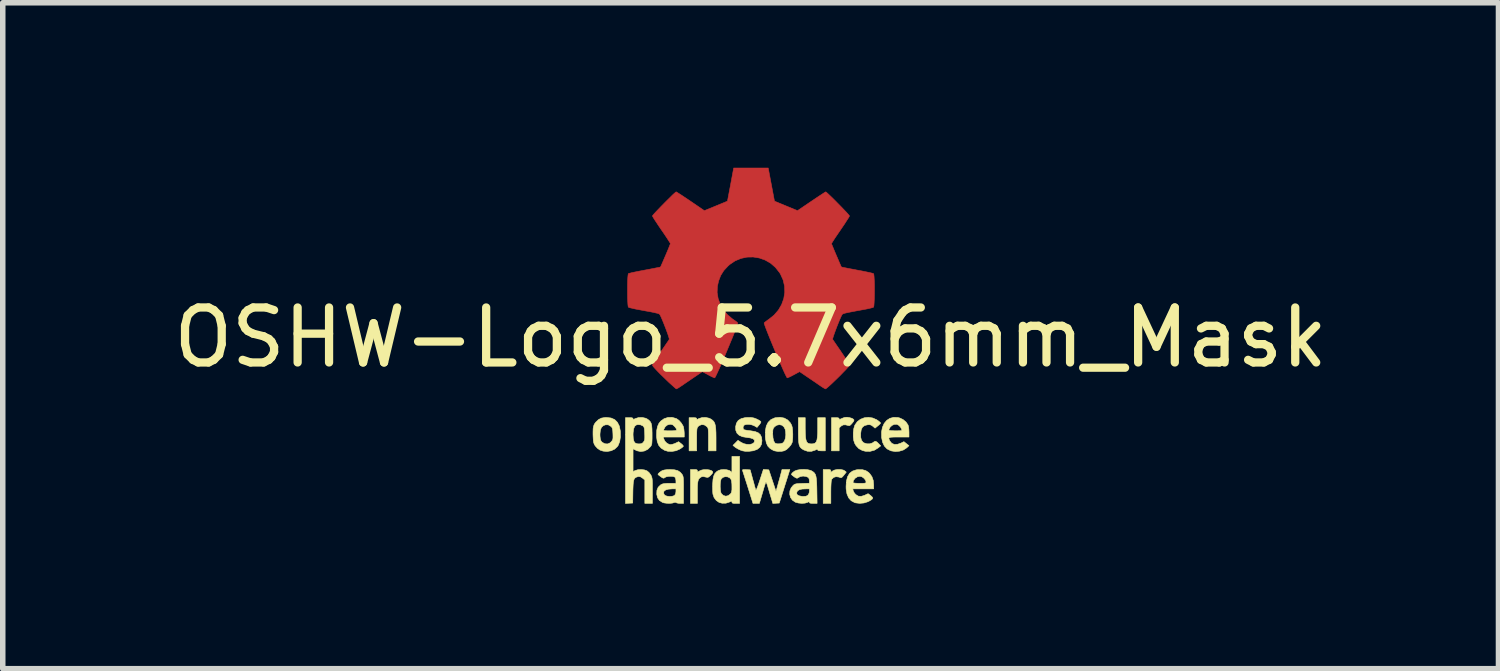
<source format=kicad_pcb>
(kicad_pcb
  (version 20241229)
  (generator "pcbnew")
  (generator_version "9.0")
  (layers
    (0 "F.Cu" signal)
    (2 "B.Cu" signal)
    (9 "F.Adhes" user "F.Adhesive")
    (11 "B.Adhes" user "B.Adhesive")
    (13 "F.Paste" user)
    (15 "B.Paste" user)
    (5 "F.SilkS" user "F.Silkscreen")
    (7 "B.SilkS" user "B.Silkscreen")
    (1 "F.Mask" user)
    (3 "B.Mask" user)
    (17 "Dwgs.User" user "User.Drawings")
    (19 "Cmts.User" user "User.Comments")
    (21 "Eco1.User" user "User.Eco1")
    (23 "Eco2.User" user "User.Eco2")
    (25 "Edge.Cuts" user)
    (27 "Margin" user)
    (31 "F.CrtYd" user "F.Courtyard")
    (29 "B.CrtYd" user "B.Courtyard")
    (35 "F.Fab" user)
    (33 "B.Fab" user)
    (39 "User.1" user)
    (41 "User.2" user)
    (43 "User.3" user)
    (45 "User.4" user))
  (footprint "OSHW-Logo_5.7x6mm_Mask"
    (layer "F.Cu")
    (at 10.601 3.087)
    (property "Reference" "OSHW-Logo_5.7x6mm_Mask" (at 0 0 0) (layer "F.SilkS") (effects (font (size 1 1) (thickness 0.15))))
    (attr exclude_from_pos_files exclude_from_bom)
    (fp_poly (pts (xy 0.377 -2.78) (xy 0.434 -2.479) (xy 0.853 -2.306) (xy 1.105 -2.477) (xy 1.175 -2.524) (xy 1.239 -2.567) (xy 1.293 -2.602) (xy 1.334 -2.629) (xy 1.36 -2.645) (xy 1.367 -2.648) (xy 1.379 -2.639) (xy 1.406 -2.615) (xy 1.444 -2.579) (xy 1.491 -2.534) (xy 1.542 -2.483) (xy 1.596 -2.428) (xy 1.649 -2.374) (xy 1.698 -2.323) (xy 1.741 -2.278) (xy 1.773 -2.242) (xy 1.793 -2.218) (xy 1.798 -2.21) (xy 1.791 -2.195) (xy 1.772 -2.163) (xy 1.742 -2.117) (xy 1.705 -2.059) (xy 1.66 -1.993) (xy 1.635 -1.956) (xy 1.588 -1.887) (xy 1.546 -1.826) (xy 1.512 -1.774) (xy 1.487 -1.734) (xy 1.473 -1.711) (xy 1.471 -1.706) (xy 1.476 -1.692) (xy 1.489 -1.66) (xy 1.508 -1.614) (xy 1.531 -1.558) (xy 1.557 -1.497) (xy 1.583 -1.437) (xy 1.607 -1.38) (xy 1.628 -1.332) (xy 1.643 -1.298) (xy 1.651 -1.282) (xy 1.652 -1.281) (xy 1.665 -1.278) (xy 1.699 -1.271) (xy 1.75 -1.261) (xy 1.816 -1.248) (xy 1.893 -1.234) (xy 1.937 -1.225) (xy 2.019 -1.21) (xy 2.093 -1.195) (xy 2.155 -1.182) (xy 2.202 -1.171) (xy 2.23 -1.163) (xy 2.235 -1.161) (xy 2.241 -1.144) (xy 2.245 -1.107) (xy 2.248 -1.053) (xy 2.251 -0.988) (xy 2.252 -0.914) (xy 2.252 -0.837) (xy 2.251 -0.762) (xy 2.249 -0.691) (xy 2.246 -0.631) (xy 2.243 -0.584) (xy 2.238 -0.556) (xy 2.235 -0.55) (xy 2.217 -0.543) (xy 2.179 -0.533) (xy 2.127 -0.521) (xy 2.065 -0.509) (xy 2.043 -0.505) (xy 1.938 -0.486) (xy 1.855 -0.47) (xy 1.792 -0.458) (xy 1.745 -0.448) (xy 1.711 -0.44) (xy 1.689 -0.433) (xy 1.676 -0.427) (xy 1.667 -0.421) (xy 1.666 -0.42) (xy 1.655 -0.401) (xy 1.638 -0.364) (xy 1.616 -0.314) (xy 1.592 -0.255) (xy 1.567 -0.192) (xy 1.543 -0.128) (xy 1.522 -0.07) (xy 1.505 -0.02) (xy 1.494 0.016) (xy 1.492 0.034) (xy 1.492 0.034) (xy 1.501 0.049) (xy 1.523 0.081) (xy 1.554 0.127) (xy 1.593 0.183) (xy 1.637 0.247) (xy 1.649 0.266) (xy 1.694 0.332) (xy 1.733 0.392) (xy 1.765 0.443) (xy 1.787 0.481) (xy 1.798 0.504) (xy 1.798 0.506) (xy 1.789 0.521) (xy 1.765 0.549) (xy 1.729 0.588) (xy 1.683 0.635) (xy 1.632 0.688) (xy 1.577 0.742) (xy 1.523 0.794) (xy 1.472 0.843) (xy 1.427 0.884) (xy 1.391 0.915) (xy 1.368 0.933) (xy 1.362 0.936) (xy 1.347 0.929) (xy 1.316 0.911) (xy 1.275 0.884) (xy 1.244 0.863) (xy 1.187 0.823) (xy 1.119 0.777) (xy 1.051 0.731) (xy 1.014 0.706) (xy 0.891 0.622) (xy 0.787 0.678) (xy 0.74 0.703) (xy 0.7 0.722) (xy 0.672 0.733) (xy 0.665 0.735) (xy 0.657 0.723) (xy 0.641 0.692) (xy 0.617 0.643) (xy 0.588 0.579) (xy 0.555 0.503) (xy 0.518 0.419) (xy 0.48 0.329) (xy 0.441 0.236) (xy 0.402 0.143) (xy 0.365 0.053) (xy 0.331 -0.031) (xy 0.301 -0.107) (xy 0.276 -0.171) (xy 0.258 -0.22) (xy 0.248 -0.252) (xy 0.246 -0.263) (xy 0.259 -0.277) (xy 0.288 -0.299) (xy 0.325 -0.326) (xy 0.329 -0.328) (xy 0.426 -0.406) (xy 0.505 -0.497) (xy 0.564 -0.598) (xy 0.603 -0.707) (xy 0.621 -0.82) (xy 0.617 -0.934) (xy 0.591 -1.046) (xy 0.542 -1.154) (xy 0.527 -1.178) (xy 0.452 -1.273) (xy 0.364 -1.35) (xy 0.265 -1.407) (xy 0.158 -1.445) (xy 0.047 -1.463) (xy -0.066 -1.461) (xy -0.176 -1.437) (xy -0.282 -1.393) (xy -0.38 -1.327) (xy -0.41 -1.3) (xy -0.488 -1.216) (xy -0.544 -1.127) (xy -0.582 -1.028) (xy -0.604 -0.93) (xy -0.609 -0.819) (xy -0.591 -0.709) (xy -0.553 -0.601) (xy -0.494 -0.5) (xy -0.418 -0.41) (xy -0.327 -0.334) (xy -0.315 -0.326) (xy -0.277 -0.3) (xy -0.248 -0.278) (xy -0.234 -0.263) (xy -0.234 -0.263) (xy -0.237 -0.247) (xy -0.248 -0.212) (xy -0.268 -0.159) (xy -0.293 -0.093) (xy -0.324 -0.015) (xy -0.359 0.07) (xy -0.397 0.161) (xy -0.436 0.254) (xy -0.475 0.347) (xy -0.513 0.436) (xy -0.549 0.519) (xy -0.582 0.592) (xy -0.61 0.653) (xy -0.632 0.699) (xy -0.647 0.727) (xy -0.653 0.735) (xy -0.671 0.729) (xy -0.706 0.714) (xy -0.75 0.691) (xy -0.774 0.678) (xy -0.878 0.622) (xy -1.002 0.706) (xy -1.065 0.749) (xy -1.134 0.796) (xy -1.199 0.84) (xy -1.231 0.863) (xy -1.277 0.893) (xy -1.315 0.918) (xy -1.342 0.932) (xy -1.351 0.936) (xy -1.363 0.927) (xy -1.391 0.903) (xy -1.431 0.867) (xy -1.482 0.821) (xy -1.539 0.766) (xy -1.575 0.731) (xy -1.639 0.669) (xy -1.694 0.613) (xy -1.738 0.566) (xy -1.769 0.531) (xy -1.784 0.509) (xy -1.786 0.505) (xy -1.779 0.488) (xy -1.76 0.454) (xy -1.73 0.406) (xy -1.693 0.348) (xy -1.649 0.284) (xy -1.637 0.266) (xy -1.592 0.2) (xy -1.551 0.141) (xy -1.518 0.092) (xy -1.493 0.056) (xy -1.481 0.036) (xy -1.479 0.034) (xy -1.481 0.019) (xy -1.491 -0.015) (xy -1.507 -0.064) (xy -1.528 -0.122) (xy -1.552 -0.185) (xy -1.577 -0.249) (xy -1.601 -0.308) (xy -1.623 -0.36) (xy -1.641 -0.398) (xy -1.653 -0.419) (xy -1.654 -0.42) (xy -1.661 -0.426) (xy -1.674 -0.432) (xy -1.694 -0.439) (xy -1.725 -0.446) (xy -1.769 -0.456) (xy -1.829 -0.468) (xy -1.908 -0.482) (xy -2.009 -0.501) (xy -2.03 -0.505) (xy -2.095 -0.517) (xy -2.151 -0.53) (xy -2.194 -0.54) (xy -2.219 -0.548) (xy -2.222 -0.55) (xy -2.228 -0.567) (xy -2.232 -0.605) (xy -2.235 -0.658) (xy -2.238 -0.724) (xy -2.239 -0.798) (xy -2.239 -0.874) (xy -2.239 -0.95) (xy -2.237 -1.02) (xy -2.234 -1.081) (xy -2.23 -1.127) (xy -2.225 -1.155) (xy -2.223 -1.161) (xy -2.206 -1.166) (xy -2.169 -1.176) (xy -2.114 -1.188) (xy -2.045 -1.202) (xy -1.967 -1.217) (xy -1.925 -1.225) (xy -1.844 -1.24) (xy -1.772 -1.254) (xy -1.712 -1.266) (xy -1.668 -1.274) (xy -1.643 -1.28) (xy -1.639 -1.281) (xy -1.633 -1.294) (xy -1.618 -1.326) (xy -1.598 -1.372) (xy -1.574 -1.428) (xy -1.548 -1.488) (xy -1.522 -1.549) (xy -1.498 -1.606) (xy -1.479 -1.654) (xy -1.465 -1.689) (xy -1.459 -1.706) (xy -1.459 -1.707) (xy -1.465 -1.72) (xy -1.485 -1.751) (xy -1.514 -1.797) (xy -1.552 -1.854) (xy -1.596 -1.919) (xy -1.622 -1.956) (xy -1.669 -2.025) (xy -1.71 -2.087) (xy -1.745 -2.14) (xy -1.77 -2.18) (xy -1.784 -2.205) (xy -1.786 -2.21) (xy -1.777 -2.223) (xy -1.754 -2.25) (xy -1.718 -2.289) (xy -1.673 -2.336) (xy -1.623 -2.388) (xy -1.569 -2.443) (xy -1.516 -2.496) (xy -1.465 -2.546) (xy -1.421 -2.59) (xy -1.385 -2.623) (xy -1.362 -2.643) (xy -1.354 -2.648) (xy -1.341 -2.641) (xy -1.311 -2.622) (xy -1.265 -2.593) (xy -1.208 -2.555) (xy -1.142 -2.511) (xy -1.092 -2.477) (xy -0.841 -2.306) (xy -0.631 -2.392) (xy -0.421 -2.479) (xy -0.364 -2.78) (xy -0.308 -3.082) (xy 0.32 -3.082) (xy 0.377 -2.78)) (stroke (width 0.01) (type solid)) (fill yes) (layer "F.Cu"))
    (fp_poly (pts (xy 0.377 -2.78) (xy 0.434 -2.479) (xy 0.853 -2.306) (xy 1.105 -2.477) (xy 1.175 -2.524) (xy 1.239 -2.567) (xy 1.293 -2.602) (xy 1.334 -2.629) (xy 1.36 -2.645) (xy 1.367 -2.648) (xy 1.379 -2.639) (xy 1.406 -2.615) (xy 1.444 -2.579) (xy 1.491 -2.534) (xy 1.542 -2.483) (xy 1.596 -2.428) (xy 1.649 -2.374) (xy 1.698 -2.323) (xy 1.741 -2.278) (xy 1.773 -2.242) (xy 1.793 -2.218) (xy 1.798 -2.21) (xy 1.791 -2.195) (xy 1.772 -2.163) (xy 1.742 -2.117) (xy 1.705 -2.059) (xy 1.66 -1.993) (xy 1.635 -1.956) (xy 1.588 -1.887) (xy 1.546 -1.826) (xy 1.512 -1.774) (xy 1.487 -1.734) (xy 1.473 -1.711) (xy 1.471 -1.706) (xy 1.476 -1.692) (xy 1.489 -1.66) (xy 1.508 -1.614) (xy 1.531 -1.558) (xy 1.557 -1.497) (xy 1.583 -1.437) (xy 1.607 -1.38) (xy 1.628 -1.332) (xy 1.643 -1.298) (xy 1.651 -1.282) (xy 1.652 -1.281) (xy 1.665 -1.278) (xy 1.699 -1.271) (xy 1.75 -1.261) (xy 1.816 -1.248) (xy 1.893 -1.234) (xy 1.937 -1.225) (xy 2.019 -1.21) (xy 2.093 -1.195) (xy 2.155 -1.182) (xy 2.202 -1.171) (xy 2.23 -1.163) (xy 2.235 -1.161) (xy 2.241 -1.144) (xy 2.245 -1.107) (xy 2.248 -1.053) (xy 2.251 -0.988) (xy 2.252 -0.914) (xy 2.252 -0.837) (xy 2.251 -0.762) (xy 2.249 -0.691) (xy 2.246 -0.631) (xy 2.243 -0.584) (xy 2.238 -0.556) (xy 2.235 -0.55) (xy 2.217 -0.543) (xy 2.179 -0.533) (xy 2.127 -0.521) (xy 2.065 -0.509) (xy 2.043 -0.505) (xy 1.938 -0.486) (xy 1.855 -0.47) (xy 1.792 -0.458) (xy 1.745 -0.448) (xy 1.711 -0.44) (xy 1.689 -0.433) (xy 1.676 -0.427) (xy 1.667 -0.421) (xy 1.666 -0.42) (xy 1.655 -0.401) (xy 1.638 -0.364) (xy 1.616 -0.314) (xy 1.592 -0.255) (xy 1.567 -0.192) (xy 1.543 -0.128) (xy 1.522 -0.07) (xy 1.505 -0.02) (xy 1.494 0.016) (xy 1.492 0.034) (xy 1.492 0.034) (xy 1.501 0.049) (xy 1.523 0.081) (xy 1.554 0.127) (xy 1.593 0.183) (xy 1.637 0.247) (xy 1.649 0.266) (xy 1.694 0.332) (xy 1.733 0.392) (xy 1.765 0.443) (xy 1.787 0.481) (xy 1.798 0.504) (xy 1.798 0.506) (xy 1.789 0.521) (xy 1.765 0.549) (xy 1.729 0.588) (xy 1.683 0.635) (xy 1.632 0.688) (xy 1.577 0.742) (xy 1.523 0.794) (xy 1.472 0.843) (xy 1.427 0.884) (xy 1.391 0.915) (xy 1.368 0.933) (xy 1.362 0.936) (xy 1.347 0.929) (xy 1.316 0.911) (xy 1.275 0.884) (xy 1.244 0.863) (xy 1.187 0.823) (xy 1.119 0.777) (xy 1.051 0.731) (xy 1.014 0.706) (xy 0.891 0.622) (xy 0.787 0.678) (xy 0.74 0.703) (xy 0.7 0.722) (xy 0.672 0.733) (xy 0.665 0.735) (xy 0.657 0.723) (xy 0.641 0.692) (xy 0.617 0.643) (xy 0.588 0.579) (xy 0.555 0.503) (xy 0.518 0.419) (xy 0.48 0.329) (xy 0.441 0.236) (xy 0.402 0.143) (xy 0.365 0.053) (xy 0.331 -0.031) (xy 0.301 -0.107) (xy 0.276 -0.171) (xy 0.258 -0.22) (xy 0.248 -0.252) (xy 0.246 -0.263) (xy 0.259 -0.277) (xy 0.288 -0.299) (xy 0.325 -0.326) (xy 0.329 -0.328) (xy 0.426 -0.406) (xy 0.505 -0.497) (xy 0.564 -0.598) (xy 0.603 -0.707) (xy 0.621 -0.82) (xy 0.617 -0.934) (xy 0.591 -1.046) (xy 0.542 -1.154) (xy 0.527 -1.178) (xy 0.452 -1.273) (xy 0.364 -1.35) (xy 0.265 -1.407) (xy 0.158 -1.445) (xy 0.047 -1.463) (xy -0.066 -1.461) (xy -0.176 -1.437) (xy -0.282 -1.393) (xy -0.38 -1.327) (xy -0.41 -1.3) (xy -0.488 -1.216) (xy -0.544 -1.127) (xy -0.582 -1.028) (xy -0.604 -0.93) (xy -0.609 -0.819) (xy -0.591 -0.709) (xy -0.553 -0.601) (xy -0.494 -0.5) (xy -0.418 -0.41) (xy -0.327 -0.334) (xy -0.315 -0.326) (xy -0.277 -0.3) (xy -0.248 -0.278) (xy -0.234 -0.263) (xy -0.234 -0.263) (xy -0.237 -0.247) (xy -0.248 -0.212) (xy -0.268 -0.159) (xy -0.293 -0.093) (xy -0.324 -0.015) (xy -0.359 0.07) (xy -0.397 0.161) (xy -0.436 0.254) (xy -0.475 0.347) (xy -0.513 0.436) (xy -0.549 0.519) (xy -0.582 0.592) (xy -0.61 0.653) (xy -0.632 0.699) (xy -0.647 0.727) (xy -0.653 0.735) (xy -0.671 0.729) (xy -0.706 0.714) (xy -0.75 0.691) (xy -0.774 0.678) (xy -0.878 0.622) (xy -1.002 0.706) (xy -1.065 0.749) (xy -1.134 0.796) (xy -1.199 0.84) (xy -1.231 0.863) (xy -1.277 0.893) (xy -1.315 0.918) (xy -1.342 0.932) (xy -1.351 0.936) (xy -1.363 0.927) (xy -1.391 0.903) (xy -1.431 0.867) (xy -1.482 0.821) (xy -1.539 0.766) (xy -1.575 0.731) (xy -1.639 0.669) (xy -1.694 0.613) (xy -1.738 0.566) (xy -1.769 0.531) (xy -1.784 0.509) (xy -1.786 0.505) (xy -1.779 0.488) (xy -1.76 0.454) (xy -1.73 0.406) (xy -1.693 0.348) (xy -1.649 0.284) (xy -1.637 0.266) (xy -1.592 0.2) (xy -1.551 0.141) (xy -1.518 0.092) (xy -1.493 0.056) (xy -1.481 0.036) (xy -1.479 0.034) (xy -1.481 0.019) (xy -1.491 -0.015) (xy -1.507 -0.064) (xy -1.528 -0.122) (xy -1.552 -0.185) (xy -1.577 -0.249) (xy -1.601 -0.308) (xy -1.623 -0.36) (xy -1.641 -0.398) (xy -1.653 -0.419) (xy -1.654 -0.42) (xy -1.661 -0.426) (xy -1.674 -0.432) (xy -1.694 -0.439) (xy -1.725 -0.446) (xy -1.769 -0.456) (xy -1.829 -0.468) (xy -1.908 -0.482) (xy -2.009 -0.501) (xy -2.03 -0.505) (xy -2.095 -0.517) (xy -2.151 -0.53) (xy -2.194 -0.54) (xy -2.219 -0.548) (xy -2.222 -0.55) (xy -2.228 -0.567) (xy -2.232 -0.605) (xy -2.235 -0.658) (xy -2.238 -0.724) (xy -2.239 -0.798) (xy -2.239 -0.874) (xy -2.239 -0.95) (xy -2.237 -1.02) (xy -2.234 -1.081) (xy -2.23 -1.127) (xy -2.225 -1.155) (xy -2.223 -1.161) (xy -2.206 -1.166) (xy -2.169 -1.176) (xy -2.114 -1.188) (xy -2.045 -1.202) (xy -1.967 -1.217) (xy -1.925 -1.225) (xy -1.844 -1.24) (xy -1.772 -1.254) (xy -1.712 -1.266) (xy -1.668 -1.274) (xy -1.643 -1.28) (xy -1.639 -1.281) (xy -1.633 -1.294) (xy -1.618 -1.326) (xy -1.598 -1.372) (xy -1.574 -1.428) (xy -1.548 -1.488) (xy -1.522 -1.549) (xy -1.498 -1.606) (xy -1.479 -1.654) (xy -1.465 -1.689) (xy -1.459 -1.706) (xy -1.459 -1.707) (xy -1.465 -1.72) (xy -1.485 -1.751) (xy -1.514 -1.797) (xy -1.552 -1.854) (xy -1.596 -1.919) (xy -1.622 -1.956) (xy -1.669 -2.025) (xy -1.71 -2.087) (xy -1.745 -2.14) (xy -1.77 -2.18) (xy -1.784 -2.205) (xy -1.786 -2.21) (xy -1.777 -2.223) (xy -1.754 -2.25) (xy -1.718 -2.289) (xy -1.673 -2.336) (xy -1.623 -2.388) (xy -1.569 -2.443) (xy -1.516 -2.496) (xy -1.465 -2.546) (xy -1.421 -2.59) (xy -1.385 -2.623) (xy -1.362 -2.643) (xy -1.354 -2.648) (xy -1.341 -2.641) (xy -1.311 -2.622) (xy -1.265 -2.593) (xy -1.208 -2.555) (xy -1.142 -2.511) (xy -1.092 -2.477) (xy -0.841 -2.306) (xy -0.631 -2.392) (xy -0.421 -2.479) (xy -0.364 -2.78) (xy -0.308 -3.082) (xy 0.32 -3.082) (xy 0.377 -2.78)) (stroke (width 0.01) (type solid)) (fill yes) (layer "F.Mask"))
    (fp_poly (pts (xy 1.799 1.458) (xy 1.843 1.471) (xy 1.871 1.488) (xy 1.88 1.501) (xy 1.877 1.517) (xy 1.861 1.541) (xy 1.847 1.559) (xy 1.819 1.59) (xy 1.798 1.604) (xy 1.78 1.603) (xy 1.726 1.589) (xy 1.687 1.59) (xy 1.655 1.605) (xy 1.644 1.614) (xy 1.61 1.646) (xy 1.61 2.062) (xy 1.471 2.062) (xy 1.471 1.459) (xy 1.54 1.459) (xy 1.582 1.46) (xy 1.603 1.466) (xy 1.61 1.477) (xy 1.61 1.478) (xy 1.612 1.49) (xy 1.626 1.488) (xy 1.644 1.48) (xy 1.682 1.464) (xy 1.713 1.454) (xy 1.753 1.451) (xy 1.799 1.458)) (stroke (width 0.01) (type solid)) (fill yes) (layer "F.SilkS"))
    (fp_poly (pts (xy 1.635 2.401) (xy 1.684 2.411) (xy 1.711 2.425) (xy 1.74 2.449) (xy 1.699 2.501) (xy 1.673 2.532) (xy 1.656 2.547) (xy 1.639 2.55) (xy 1.614 2.542) (xy 1.602 2.538) (xy 1.554 2.532) (xy 1.51 2.545) (xy 1.478 2.576) (xy 1.473 2.585) (xy 1.467 2.611) (xy 1.463 2.659) (xy 1.46 2.725) (xy 1.459 2.806) (xy 1.459 2.817) (xy 1.459 3.018) (xy 1.32 3.018) (xy 1.32 2.402) (xy 1.389 2.402) (xy 1.429 2.403) (xy 1.45 2.407) (xy 1.458 2.418) (xy 1.459 2.428) (xy 1.459 2.454) (xy 1.492 2.428) (xy 1.53 2.41) (xy 1.581 2.401) (xy 1.635 2.401)) (stroke (width 0.01) (type solid)) (fill yes) (layer "F.SilkS"))
    (fp_poly (pts (xy -0.993 2.403) (xy -0.975 2.409) (xy -0.968 2.421) (xy -0.968 2.427) (xy -0.967 2.442) (xy -0.96 2.445) (xy -0.939 2.434) (xy -0.927 2.427) (xy -0.889 2.411) (xy -0.844 2.403) (xy -0.797 2.403) (xy -0.752 2.409) (xy -0.716 2.42) (xy -0.693 2.436) (xy -0.688 2.456) (xy -0.69 2.462) (xy -0.707 2.485) (xy -0.733 2.513) (xy -0.738 2.517) (xy -0.762 2.538) (xy -0.784 2.545) (xy -0.814 2.54) (xy -0.826 2.537) (xy -0.863 2.529) (xy -0.889 2.533) (xy -0.911 2.545) (xy -0.931 2.561) (xy -0.946 2.581) (xy -0.956 2.609) (xy -0.963 2.648) (xy -0.967 2.704) (xy -0.968 2.779) (xy -0.968 2.824) (xy -0.968 3.018) (xy -1.094 3.018) (xy -1.094 2.402) (xy -1.031 2.402) (xy -0.993 2.403)) (stroke (width 0.01) (type solid)) (fill yes) (layer "F.SilkS"))
    (fp_poly (pts (xy 0.993 1.654) (xy 0.995 1.747) (xy 0.999 1.817) (xy 1.008 1.867) (xy 1.022 1.902) (xy 1.042 1.923) (xy 1.071 1.933) (xy 1.107 1.936) (xy 1.144 1.933) (xy 1.172 1.922) (xy 1.192 1.9) (xy 1.206 1.865) (xy 1.214 1.814) (xy 1.219 1.742) (xy 1.22 1.654) (xy 1.22 1.459) (xy 1.358 1.459) (xy 1.358 2.062) (xy 1.289 2.062) (xy 1.247 2.06) (xy 1.226 2.055) (xy 1.22 2.043) (xy 1.216 2.033) (xy 1.202 2.035) (xy 1.173 2.05) (xy 1.106 2.071) (xy 1.036 2.07) (xy 0.968 2.046) (xy 0.936 2.027) (xy 0.912 2.007) (xy 0.894 1.982) (xy 0.881 1.947) (xy 0.874 1.901) (xy 0.87 1.839) (xy 0.868 1.758) (xy 0.868 1.695) (xy 0.868 1.459) (xy 0.993 1.459) (xy 0.993 1.654)) (stroke (width 0.01) (type solid)) (fill yes) (layer "F.SilkS"))
    (fp_poly (pts (xy -0.754 1.469) (xy -0.723 1.484) (xy -0.692 1.506) (xy -0.669 1.53) (xy -0.652 1.562) (xy -0.641 1.604) (xy -0.634 1.66) (xy -0.63 1.734) (xy -0.629 1.829) (xy -0.629 1.839) (xy -0.629 2.062) (xy -0.767 2.062) (xy -0.767 1.856) (xy -0.767 1.78) (xy -0.768 1.725) (xy -0.77 1.687) (xy -0.773 1.661) (xy -0.779 1.643) (xy -0.788 1.63) (xy -0.8 1.618) (xy -0.843 1.59) (xy -0.89 1.585) (xy -0.934 1.602) (xy -0.95 1.615) (xy -0.961 1.627) (xy -0.969 1.641) (xy -0.975 1.659) (xy -0.978 1.686) (xy -0.98 1.726) (xy -0.981 1.784) (xy -0.981 1.854) (xy -0.981 2.062) (xy -1.119 2.062) (xy -1.119 1.459) (xy -1.05 1.459) (xy -1.008 1.46) (xy -0.987 1.466) (xy -0.981 1.477) (xy -0.981 1.478) (xy -0.978 1.489) (xy -0.965 1.488) (xy -0.94 1.475) (xy -0.883 1.457) (xy -0.817 1.455) (xy -0.754 1.469)) (stroke (width 0.01) (type solid)) (fill yes) (layer "F.SilkS"))
    (fp_poly (pts (xy 2.217 1.464) (xy 2.29 1.495) (xy 2.313 1.51) (xy 2.342 1.533) (xy 2.361 1.551) (xy 2.364 1.557) (xy 2.355 1.57) (xy 2.332 1.593) (xy 2.313 1.608) (xy 2.263 1.649) (xy 2.223 1.615) (xy 2.192 1.594) (xy 2.162 1.586) (xy 2.127 1.588) (xy 2.073 1.602) (xy 2.035 1.63) (xy 2.012 1.675) (xy 2.002 1.741) (xy 2.002 1.741) (xy 2.002 1.815) (xy 2.016 1.869) (xy 2.044 1.906) (xy 2.063 1.918) (xy 2.114 1.934) (xy 2.168 1.934) (xy 2.215 1.919) (xy 2.226 1.911) (xy 2.253 1.893) (xy 2.275 1.889) (xy 2.299 1.903) (xy 2.325 1.929) (xy 2.366 1.971) (xy 2.32 2.008) (xy 2.25 2.051) (xy 2.17 2.072) (xy 2.087 2.07) (xy 2.033 2.056) (xy 1.969 2.022) (xy 1.918 1.968) (xy 1.895 1.93) (xy 1.876 1.876) (xy 1.867 1.806) (xy 1.867 1.731) (xy 1.876 1.659) (xy 1.894 1.599) (xy 1.897 1.593) (xy 1.94 1.532) (xy 1.998 1.488) (xy 2.067 1.461) (xy 2.141 1.453) (xy 2.217 1.464)) (stroke (width 0.01) (type solid)) (fill yes) (layer "F.SilkS"))
    (fp_poly (pts (xy 0.611 1.466) (xy 0.674 1.501) (xy 0.724 1.555) (xy 0.748 1.6) (xy 0.758 1.639) (xy 0.764 1.695) (xy 0.767 1.76) (xy 0.766 1.824) (xy 0.761 1.881) (xy 0.755 1.912) (xy 0.734 1.953) (xy 0.698 1.997) (xy 0.656 2.036) (xy 0.613 2.061) (xy 0.612 2.061) (xy 0.56 2.072) (xy 0.497 2.073) (xy 0.438 2.063) (xy 0.415 2.055) (xy 0.356 2.021) (xy 0.314 1.978) (xy 0.286 1.92) (xy 0.271 1.844) (xy 0.267 1.804) (xy 0.268 1.754) (xy 0.402 1.754) (xy 0.407 1.827) (xy 0.42 1.882) (xy 0.441 1.918) (xy 0.456 1.928) (xy 0.493 1.935) (xy 0.539 1.933) (xy 0.577 1.923) (xy 0.588 1.917) (xy 0.615 1.885) (xy 0.632 1.835) (xy 0.64 1.774) (xy 0.636 1.708) (xy 0.628 1.669) (xy 0.604 1.624) (xy 0.567 1.595) (xy 0.522 1.586) (xy 0.475 1.596) (xy 0.439 1.621) (xy 0.42 1.642) (xy 0.409 1.662) (xy 0.404 1.69) (xy 0.402 1.733) (xy 0.402 1.754) (xy 0.268 1.754) (xy 0.268 1.698) (xy 0.285 1.611) (xy 0.319 1.543) (xy 0.369 1.494) (xy 0.435 1.464) (xy 0.45 1.46) (xy 0.535 1.452) (xy 0.611 1.466)) (stroke (width 0.01) (type solid)) (fill yes) (layer "F.SilkS"))
    (fp_poly (pts (xy 0.282 2.404) (xy 0.331 2.408) (xy 0.461 2.798) (xy 0.482 2.729) (xy 0.494 2.686) (xy 0.51 2.628) (xy 0.528 2.565) (xy 0.537 2.531) (xy 0.571 2.402) (xy 0.714 2.402) (xy 0.672 2.537) (xy 0.651 2.603) (xy 0.625 2.684) (xy 0.599 2.767) (xy 0.575 2.842) (xy 0.521 3.012) (xy 0.463 3.015) (xy 0.404 3.019) (xy 0.373 2.915) (xy 0.353 2.85) (xy 0.332 2.778) (xy 0.313 2.715) (xy 0.313 2.713) (xy 0.299 2.67) (xy 0.286 2.641) (xy 0.278 2.63) (xy 0.276 2.631) (xy 0.27 2.648) (xy 0.258 2.685) (xy 0.242 2.736) (xy 0.224 2.798) (xy 0.214 2.832) (xy 0.159 3.018) (xy 0.043 3.018) (xy -0.049 2.725) (xy -0.075 2.643) (xy -0.099 2.569) (xy -0.119 2.506) (xy -0.135 2.457) (xy -0.145 2.426) (xy -0.148 2.417) (xy -0.146 2.407) (xy -0.127 2.403) (xy -0.087 2.404) (xy -0.081 2.404) (xy -0.008 2.408) (xy 0.04 2.584) (xy 0.058 2.648) (xy 0.073 2.705) (xy 0.086 2.748) (xy 0.094 2.775) (xy 0.095 2.779) (xy 0.101 2.774) (xy 0.113 2.749) (xy 0.13 2.706) (xy 0.15 2.65) (xy 0.167 2.599) (xy 0.232 2.401) (xy 0.282 2.404)) (stroke (width 0.01) (type solid)) (fill yes) (layer "F.SilkS"))
    (fp_poly (pts (xy -2.538 1.465) (xy -2.472 1.494) (xy -2.423 1.543) (xy -2.388 1.611) (xy -2.37 1.699) (xy -2.369 1.712) (xy -2.368 1.809) (xy -2.381 1.894) (xy -2.408 1.962) (xy -2.423 1.984) (xy -2.473 2.031) (xy -2.538 2.061) (xy -2.61 2.074) (xy -2.683 2.067) (xy -2.739 2.048) (xy -2.787 2.015) (xy -2.826 1.971) (xy -2.827 1.97) (xy -2.843 1.943) (xy -2.853 1.916) (xy -2.86 1.882) (xy -2.863 1.834) (xy -2.865 1.795) (xy -2.866 1.759) (xy -2.74 1.759) (xy -2.739 1.795) (xy -2.734 1.842) (xy -2.726 1.872) (xy -2.712 1.894) (xy -2.699 1.907) (xy -2.652 1.933) (xy -2.603 1.937) (xy -2.557 1.918) (xy -2.534 1.896) (xy -2.517 1.875) (xy -2.507 1.854) (xy -2.503 1.828) (xy -2.503 1.788) (xy -2.504 1.751) (xy -2.507 1.698) (xy -2.512 1.664) (xy -2.52 1.641) (xy -2.533 1.624) (xy -2.544 1.615) (xy -2.589 1.589) (xy -2.637 1.588) (xy -2.678 1.603) (xy -2.713 1.635) (xy -2.733 1.687) (xy -2.74 1.759) (xy -2.866 1.759) (xy -2.866 1.717) (xy -2.864 1.658) (xy -2.856 1.614) (xy -2.843 1.579) (xy -2.822 1.549) (xy -2.814 1.539) (xy -2.766 1.494) (xy -2.714 1.467) (xy -2.651 1.456) (xy -2.62 1.455) (xy -2.538 1.465)) (stroke (width 0.01) (type solid)) (fill yes) (layer "F.SilkS"))
    (fp_poly (pts (xy -0.201 3.018) (xy -0.27 3.018) (xy -0.31 3.017) (xy -0.331 3.012) (xy -0.339 3.001) (xy -0.34 2.994) (xy -0.341 2.98) (xy -0.349 2.977) (xy -0.37 2.986) (xy -0.386 2.994) (xy -0.449 3.014) (xy -0.517 3.015) (xy -0.573 3) (xy -0.624 2.965) (xy -0.664 2.913) (xy -0.685 2.851) (xy -0.686 2.848) (xy -0.689 2.811) (xy -0.691 2.757) (xy -0.691 2.716) (xy -0.553 2.716) (xy -0.55 2.77) (xy -0.543 2.815) (xy -0.533 2.84) (xy -0.496 2.874) (xy -0.452 2.887) (xy -0.407 2.877) (xy -0.368 2.847) (xy -0.353 2.827) (xy -0.345 2.803) (xy -0.34 2.768) (xy -0.34 2.716) (xy -0.341 2.664) (xy -0.346 2.619) (xy -0.353 2.588) (xy -0.354 2.585) (xy -0.38 2.553) (xy -0.42 2.535) (xy -0.463 2.532) (xy -0.504 2.545) (xy -0.534 2.573) (xy -0.537 2.578) (xy -0.547 2.612) (xy -0.552 2.661) (xy -0.553 2.716) (xy -0.691 2.716) (xy -0.691 2.696) (xy -0.69 2.663) (xy -0.684 2.581) (xy -0.671 2.52) (xy -0.649 2.474) (xy -0.618 2.441) (xy -0.587 2.421) (xy -0.544 2.407) (xy -0.491 2.402) (xy -0.436 2.406) (xy -0.39 2.418) (xy -0.365 2.433) (xy -0.34 2.456) (xy -0.34 2.163) (xy -0.201 2.163) (xy -0.201 3.018)) (stroke (width 0.01) (type solid)) (fill yes) (layer "F.SilkS"))
    (fp_poly (pts (xy 2.678 1.456) (xy 2.71 1.464) (xy 2.772 1.493) (xy 2.825 1.537) (xy 2.861 1.589) (xy 2.866 1.601) (xy 2.873 1.632) (xy 2.878 1.677) (xy 2.88 1.723) (xy 2.88 1.811) (xy 2.697 1.811) (xy 2.622 1.811) (xy 2.569 1.813) (xy 2.535 1.817) (xy 2.518 1.826) (xy 2.514 1.84) (xy 2.521 1.86) (xy 2.533 1.884) (xy 2.566 1.925) (xy 2.612 1.945) (xy 2.669 1.944) (xy 2.733 1.922) (xy 2.788 1.895) (xy 2.834 1.932) (xy 2.88 1.968) (xy 2.837 2.008) (xy 2.779 2.046) (xy 2.708 2.068) (xy 2.632 2.075) (xy 2.558 2.063) (xy 2.546 2.059) (xy 2.481 2.026) (xy 2.433 1.975) (xy 2.4 1.906) (xy 2.382 1.818) (xy 2.382 1.816) (xy 2.381 1.72) (xy 2.387 1.686) (xy 2.515 1.686) (xy 2.527 1.691) (xy 2.558 1.695) (xy 2.605 1.697) (xy 2.635 1.698) (xy 2.691 1.697) (xy 2.725 1.696) (xy 2.744 1.692) (xy 2.75 1.685) (xy 2.748 1.674) (xy 2.747 1.669) (xy 2.724 1.627) (xy 2.689 1.594) (xy 2.658 1.579) (xy 2.616 1.58) (xy 2.574 1.598) (xy 2.539 1.629) (xy 2.518 1.666) (xy 2.515 1.686) (xy 2.387 1.686) (xy 2.397 1.635) (xy 2.429 1.564) (xy 2.475 1.509) (xy 2.533 1.471) (xy 2.601 1.453) (xy 2.678 1.456)) (stroke (width 0.01) (type solid)) (fill yes) (layer "F.SilkS"))
    (fp_poly (pts (xy 0.014 1.456) (xy 0.062 1.465) (xy 0.111 1.484) (xy 0.116 1.487) (xy 0.154 1.506) (xy 0.18 1.525) (xy 0.188 1.537) (xy 0.18 1.556) (xy 0.161 1.584) (xy 0.152 1.594) (xy 0.117 1.636) (xy 0.071 1.609) (xy 0.027 1.591) (xy -0.023 1.581) (xy -0.071 1.581) (xy -0.109 1.59) (xy -0.117 1.595) (xy -0.135 1.621) (xy -0.137 1.651) (xy -0.124 1.674) (xy -0.116 1.679) (xy -0.094 1.684) (xy -0.054 1.691) (xy -0.005 1.697) (xy 0.004 1.698) (xy 0.083 1.712) (xy 0.14 1.735) (xy 0.178 1.77) (xy 0.199 1.818) (xy 0.206 1.878) (xy 0.197 1.945) (xy 0.167 1.998) (xy 0.117 2.037) (xy 0.047 2.061) (xy -0.031 2.071) (xy -0.095 2.071) (xy -0.147 2.062) (xy -0.182 2.05) (xy -0.227 2.029) (xy -0.268 2.005) (xy -0.283 1.994) (xy -0.321 1.963) (xy -0.275 1.917) (xy -0.23 1.871) (xy -0.178 1.905) (xy -0.126 1.931) (xy -0.071 1.944) (xy -0.017 1.946) (xy 0.028 1.935) (xy 0.06 1.914) (xy 0.07 1.895) (xy 0.069 1.865) (xy 0.043 1.843) (xy -0.007 1.827) (xy -0.061 1.82) (xy -0.145 1.806) (xy -0.207 1.78) (xy -0.248 1.741) (xy -0.27 1.688) (xy -0.273 1.625) (xy -0.258 1.56) (xy -0.225 1.51) (xy -0.171 1.476) (xy -0.099 1.458) (xy -0.045 1.455) (xy 0.014 1.456)) (stroke (width 0.01) (type solid)) (fill yes) (layer "F.SilkS"))
    (fp_poly (pts (xy 2.033 2.405) (xy 2.093 2.421) (xy 2.143 2.453) (xy 2.167 2.477) (xy 2.207 2.534) (xy 2.23 2.6) (xy 2.238 2.681) (xy 2.238 2.688) (xy 2.238 2.754) (xy 1.858 2.754) (xy 1.866 2.788) (xy 1.881 2.82) (xy 1.907 2.852) (xy 1.912 2.857) (xy 1.958 2.886) (xy 2.01 2.89) (xy 2.071 2.872) (xy 2.081 2.867) (xy 2.112 2.852) (xy 2.133 2.843) (xy 2.137 2.842) (xy 2.15 2.85) (xy 2.174 2.869) (xy 2.187 2.879) (xy 2.212 2.903) (xy 2.221 2.919) (xy 2.215 2.934) (xy 2.212 2.938) (xy 2.191 2.955) (xy 2.156 2.976) (xy 2.131 2.988) (xy 2.062 3.01) (xy 1.985 3.017) (xy 1.913 3.009) (xy 1.892 3.003) (xy 1.829 2.969) (xy 1.783 2.917) (xy 1.752 2.846) (xy 1.737 2.757) (xy 1.736 2.71) (xy 1.74 2.641) (xy 1.861 2.641) (xy 1.873 2.646) (xy 1.904 2.65) (xy 1.95 2.653) (xy 1.98 2.653) (xy 2.036 2.653) (xy 2.071 2.651) (xy 2.09 2.647) (xy 2.098 2.639) (xy 2.1 2.628) (xy 2.089 2.594) (xy 2.062 2.561) (xy 2.026 2.535) (xy 1.991 2.525) (xy 1.942 2.534) (xy 1.9 2.561) (xy 1.871 2.6) (xy 1.861 2.641) (xy 1.74 2.641) (xy 1.743 2.61) (xy 1.764 2.531) (xy 1.8 2.471) (xy 1.852 2.431) (xy 1.92 2.408) (xy 1.957 2.404) (xy 2.033 2.405)) (stroke (width 0.01) (type solid)) (fill yes) (layer "F.SilkS"))
    (fp_poly (pts (xy -1.357 1.473) (xy -1.344 1.479) (xy -1.301 1.51) (xy -1.26 1.557) (xy -1.229 1.608) (xy -1.22 1.631) (xy -1.213 1.673) (xy -1.208 1.724) (xy -1.207 1.745) (xy -1.207 1.811) (xy -1.587 1.811) (xy -1.579 1.845) (xy -1.559 1.886) (xy -1.524 1.922) (xy -1.483 1.944) (xy -1.457 1.949) (xy -1.421 1.943) (xy -1.378 1.929) (xy -1.364 1.922) (xy -1.31 1.896) (xy -1.265 1.93) (xy -1.238 1.954) (xy -1.224 1.973) (xy -1.223 1.979) (xy -1.236 1.993) (xy -1.263 2.014) (xy -1.288 2.03) (xy -1.356 2.06) (xy -1.431 2.073) (xy -1.506 2.07) (xy -1.565 2.052) (xy -1.627 2.013) (xy -1.671 1.962) (xy -1.698 1.895) (xy -1.71 1.811) (xy -1.711 1.773) (xy -1.707 1.685) (xy -1.706 1.682) (xy -1.581 1.682) (xy -1.577 1.691) (xy -1.563 1.695) (xy -1.533 1.697) (xy -1.485 1.698) (xy -1.466 1.698) (xy -1.408 1.697) (xy -1.372 1.694) (xy -1.353 1.689) (xy -1.346 1.681) (xy -1.345 1.679) (xy -1.353 1.658) (xy -1.373 1.63) (xy -1.382 1.62) (xy -1.413 1.591) (xy -1.446 1.58) (xy -1.464 1.579) (xy -1.512 1.591) (xy -1.552 1.622) (xy -1.577 1.668) (xy -1.578 1.669) (xy -1.581 1.682) (xy -1.706 1.682) (xy -1.692 1.616) (xy -1.666 1.56) (xy -1.634 1.521) (xy -1.574 1.478) (xy -1.504 1.455) (xy -1.43 1.453) (xy -1.357 1.473)) (stroke (width 0.01) (type solid)) (fill yes) (layer "F.SilkS"))
    (fp_poly (pts (xy 1.038 2.405) (xy 1.091 2.418) (xy 1.107 2.425) (xy 1.136 2.443) (xy 1.159 2.463) (xy 1.176 2.489) (xy 1.188 2.524) (xy 1.196 2.572) (xy 1.201 2.636) (xy 1.204 2.72) (xy 1.205 2.776) (xy 1.209 3.018) (xy 1.139 3.018) (xy 1.096 3.016) (xy 1.074 3.01) (xy 1.069 3) (xy 1.066 2.989) (xy 1.052 2.991) (xy 1.034 3) (xy 0.989 3.013) (xy 0.93 3.017) (xy 0.868 3.011) (xy 0.814 2.996) (xy 0.809 2.993) (xy 0.759 2.958) (xy 0.726 2.909) (xy 0.711 2.852) (xy 0.712 2.832) (xy 0.836 2.832) (xy 0.846 2.859) (xy 0.879 2.879) (xy 0.931 2.89) (xy 0.959 2.891) (xy 1.005 2.888) (xy 1.036 2.874) (xy 1.044 2.867) (xy 1.064 2.831) (xy 1.069 2.798) (xy 1.069 2.754) (xy 1.008 2.754) (xy 0.936 2.757) (xy 0.886 2.769) (xy 0.855 2.789) (xy 0.848 2.798) (xy 0.836 2.832) (xy 0.712 2.832) (xy 0.714 2.792) (xy 0.737 2.735) (xy 0.768 2.697) (xy 0.786 2.68) (xy 0.805 2.669) (xy 0.829 2.662) (xy 0.864 2.658) (xy 0.917 2.656) (xy 0.938 2.655) (xy 1.069 2.651) (xy 1.069 2.611) (xy 1.064 2.569) (xy 1.045 2.544) (xy 1.008 2.528) (xy 1.007 2.528) (xy 0.954 2.521) (xy 0.903 2.53) (xy 0.865 2.55) (xy 0.849 2.56) (xy 0.833 2.558) (xy 0.807 2.544) (xy 0.792 2.534) (xy 0.763 2.512) (xy 0.745 2.496) (xy 0.742 2.491) (xy 0.754 2.467) (xy 0.789 2.438) (xy 0.805 2.428) (xy 0.849 2.412) (xy 0.908 2.402) (xy 0.974 2.4) (xy 1.038 2.405)) (stroke (width 0.01) (type solid)) (fill yes) (layer "F.SilkS"))
    (fp_poly (pts (xy -1.384 2.407) (xy -1.325 2.422) (xy -1.28 2.451) (xy -1.248 2.488) (xy -1.238 2.504) (xy -1.231 2.521) (xy -1.226 2.543) (xy -1.223 2.573) (xy -1.221 2.615) (xy -1.22 2.674) (xy -1.22 2.753) (xy -1.22 2.774) (xy -1.22 3.018) (xy -1.28 3.018) (xy -1.319 3.015) (xy -1.347 3.008) (xy -1.354 3.004) (xy -1.374 2.997) (xy -1.394 3.004) (xy -1.426 3.013) (xy -1.474 3.017) (xy -1.527 3.015) (xy -1.575 3.009) (xy -1.603 3) (xy -1.658 2.965) (xy -1.692 2.916) (xy -1.707 2.852) (xy -1.707 2.85) (xy -1.706 2.822) (xy -1.584 2.822) (xy -1.574 2.854) (xy -1.556 2.873) (xy -1.522 2.886) (xy -1.476 2.892) (xy -1.429 2.889) (xy -1.392 2.878) (xy -1.381 2.871) (xy -1.363 2.839) (xy -1.358 2.802) (xy -1.358 2.754) (xy -1.428 2.754) (xy -1.494 2.759) (xy -1.544 2.773) (xy -1.575 2.796) (xy -1.584 2.822) (xy -1.706 2.822) (xy -1.704 2.78) (xy -1.681 2.724) (xy -1.637 2.682) (xy -1.631 2.678) (xy -1.605 2.665) (xy -1.573 2.658) (xy -1.528 2.654) (xy -1.474 2.653) (xy -1.358 2.653) (xy -1.358 2.604) (xy -1.363 2.567) (xy -1.376 2.541) (xy -1.377 2.54) (xy -1.405 2.529) (xy -1.447 2.525) (xy -1.494 2.527) (xy -1.535 2.535) (xy -1.56 2.547) (xy -1.573 2.557) (xy -1.587 2.559) (xy -1.607 2.551) (xy -1.636 2.531) (xy -1.68 2.497) (xy -1.684 2.494) (xy -1.682 2.482) (xy -1.665 2.463) (xy -1.638 2.441) (xy -1.61 2.423) (xy -1.6 2.419) (xy -1.567 2.41) (xy -1.519 2.404) (xy -1.465 2.402) (xy -1.462 2.402) (xy -1.384 2.407)) (stroke (width 0.01) (type solid)) (fill yes) (layer "F.SilkS"))
    (fp_poly (pts (xy -1.909 1.469) (xy -1.882 1.482) (xy -1.85 1.505) (xy -1.826 1.53) (xy -1.809 1.561) (xy -1.799 1.603) (xy -1.794 1.66) (xy -1.792 1.736) (xy -1.792 1.769) (xy -1.792 1.841) (xy -1.794 1.892) (xy -1.796 1.927) (xy -1.802 1.952) (xy -1.81 1.97) (xy -1.818 1.982) (xy -1.87 2.034) (xy -1.932 2.065) (xy -1.999 2.075) (xy -2.066 2.061) (xy -2.087 2.051) (xy -2.138 2.025) (xy -2.138 2.44) (xy -2.101 2.421) (xy -2.052 2.406) (xy -1.992 2.402) (xy -1.932 2.409) (xy -1.886 2.425) (xy -1.849 2.455) (xy -1.817 2.498) (xy -1.814 2.502) (xy -1.804 2.523) (xy -1.797 2.544) (xy -1.791 2.57) (xy -1.788 2.604) (xy -1.786 2.651) (xy -1.786 2.715) (xy -1.786 2.787) (xy -1.786 3.018) (xy -1.924 3.018) (xy -1.924 2.593) (xy -1.963 2.56) (xy -2.003 2.534) (xy -2.041 2.529) (xy -2.079 2.541) (xy -2.099 2.553) (xy -2.115 2.57) (xy -2.125 2.596) (xy -2.133 2.634) (xy -2.137 2.688) (xy -2.14 2.761) (xy -2.141 2.81) (xy -2.144 3.012) (xy -2.21 3.015) (xy -2.276 3.019) (xy -2.276 1.771) (xy -2.138 1.771) (xy -2.134 1.84) (xy -2.122 1.889) (xy -2.1 1.919) (xy -2.066 1.933) (xy -2.031 1.936) (xy -1.991 1.933) (xy -1.965 1.92) (xy -1.949 1.902) (xy -1.936 1.883) (xy -1.928 1.862) (xy -1.925 1.832) (xy -1.925 1.787) (xy -1.926 1.75) (xy -1.929 1.694) (xy -1.932 1.657) (xy -1.939 1.633) (xy -1.95 1.617) (xy -1.96 1.608) (xy -2.002 1.589) (xy -2.052 1.585) (xy -2.08 1.592) (xy -2.109 1.616) (xy -2.128 1.664) (xy -2.137 1.734) (xy -2.138 1.771) (xy -2.276 1.771) (xy -2.276 1.459) (xy -2.207 1.459) (xy -2.165 1.46) (xy -2.144 1.466) (xy -2.138 1.477) (xy -2.138 1.478) (xy -2.135 1.489) (xy -2.122 1.488) (xy -2.097 1.475) (xy -2.038 1.457) (xy -1.972 1.455) (xy -1.909 1.469)) (stroke (width 0.01) (type solid)) (fill yes) (layer "F.SilkS")))
  (gr_rect
    (start -3 -3)
    (end 24.202 9.111)
    (stroke (width 0.1) (type default))
    (fill no)
    (layer "Edge.Cuts")))
</source>
